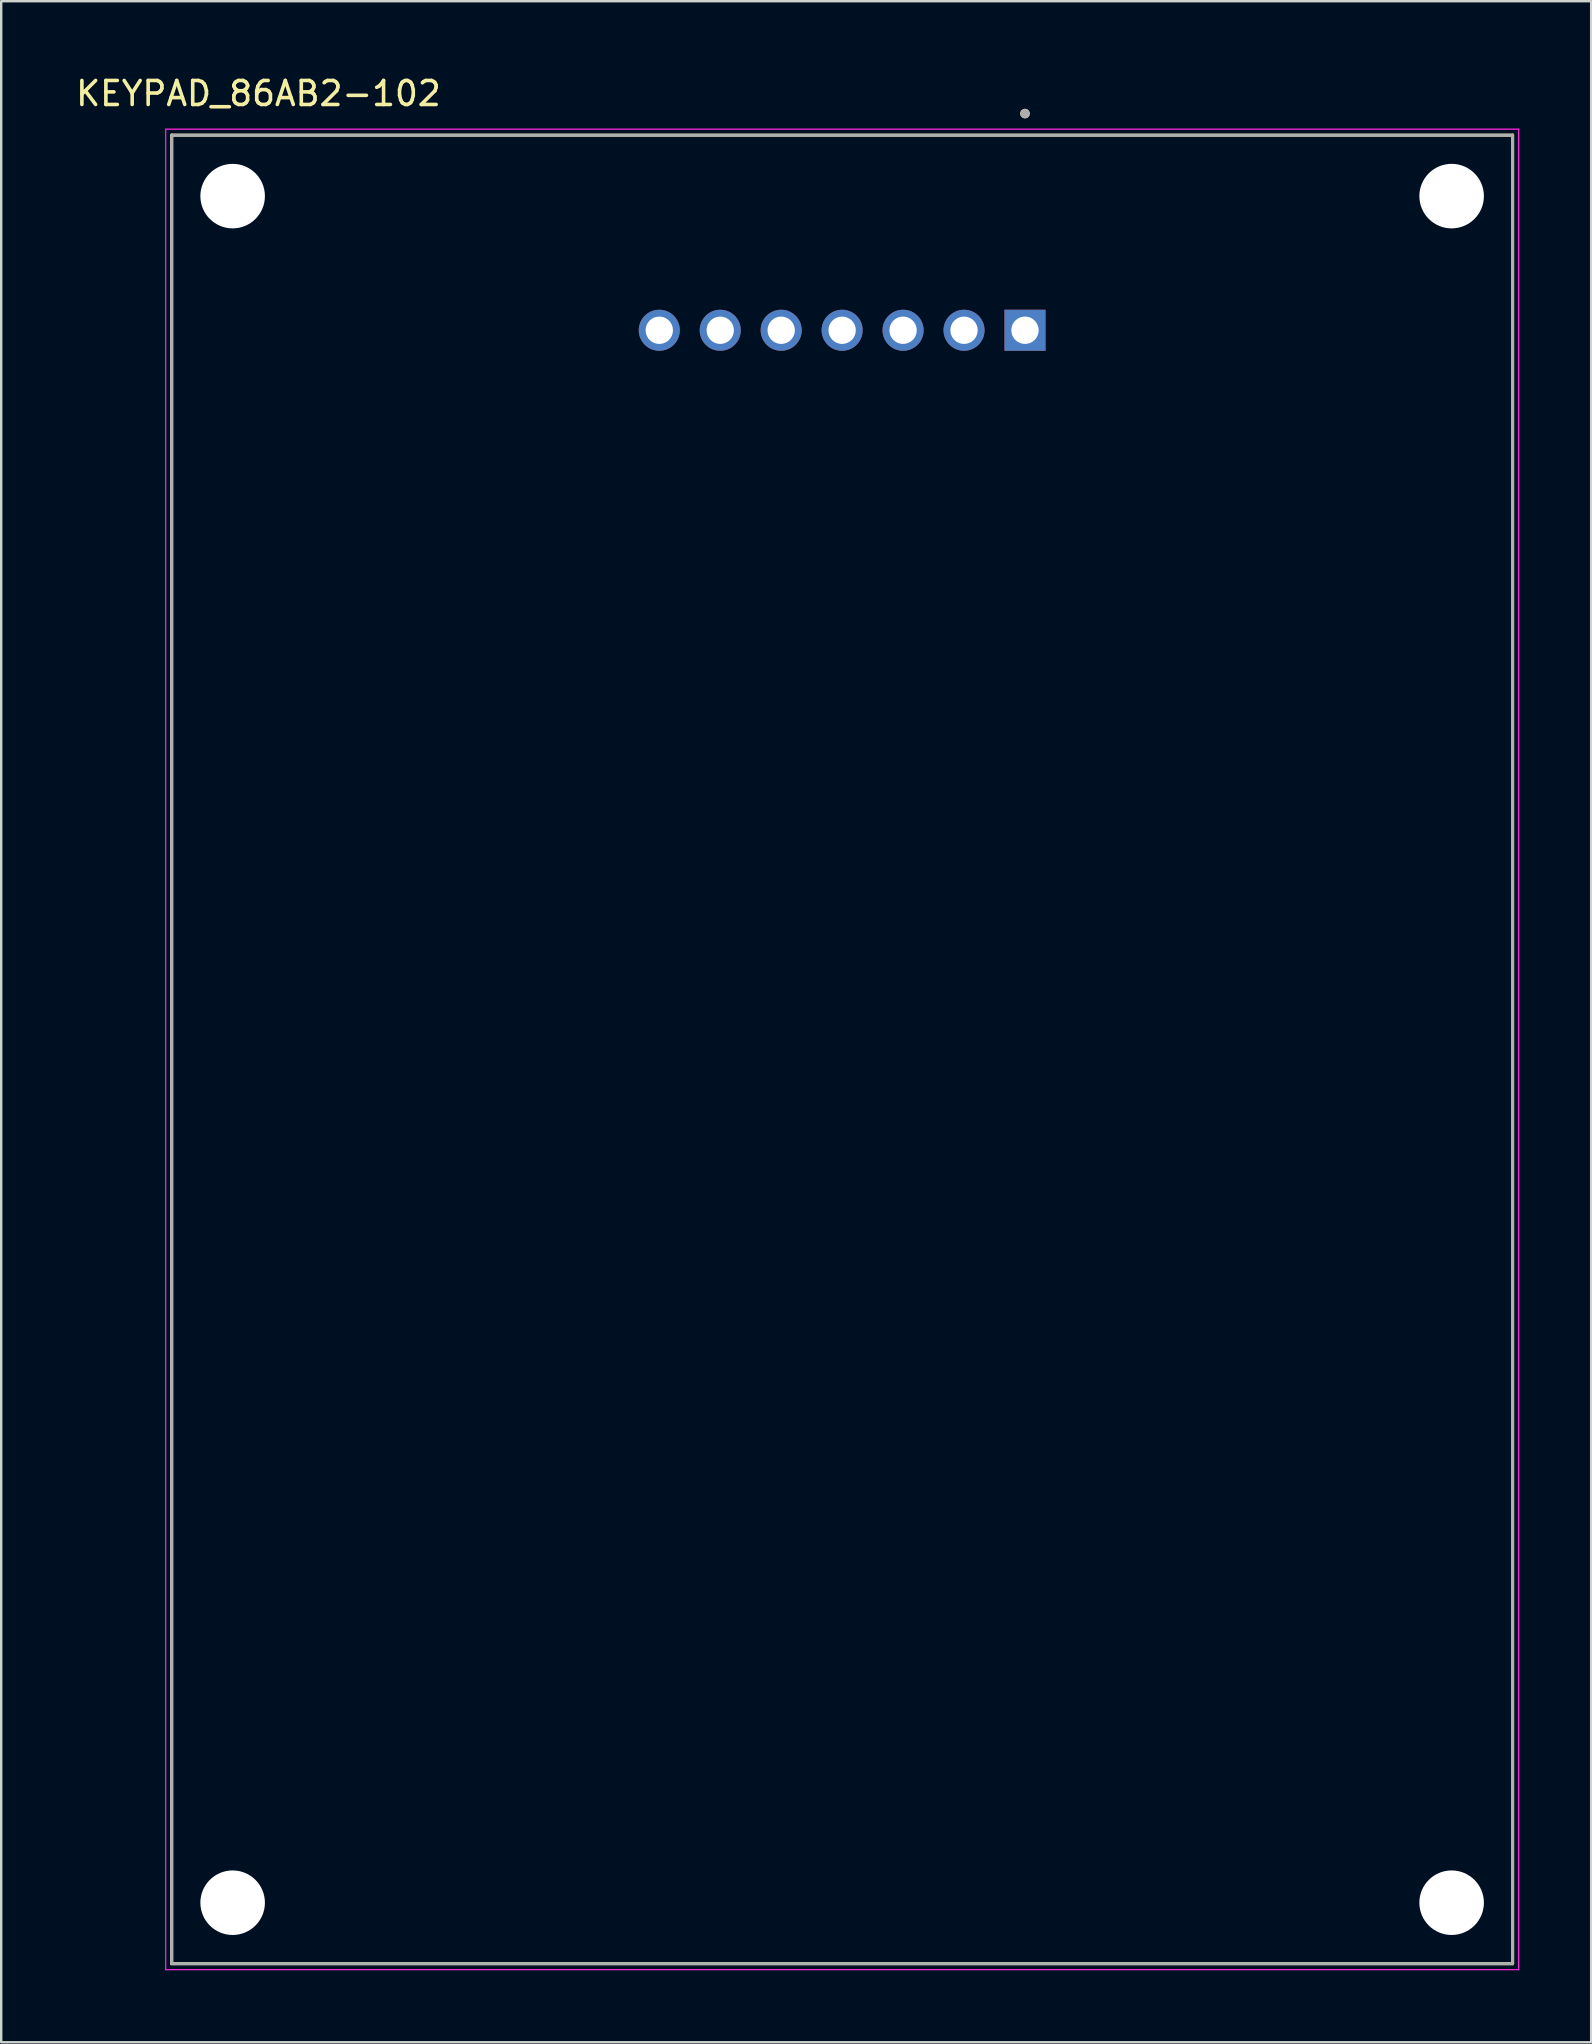
<source format=kicad_pcb>
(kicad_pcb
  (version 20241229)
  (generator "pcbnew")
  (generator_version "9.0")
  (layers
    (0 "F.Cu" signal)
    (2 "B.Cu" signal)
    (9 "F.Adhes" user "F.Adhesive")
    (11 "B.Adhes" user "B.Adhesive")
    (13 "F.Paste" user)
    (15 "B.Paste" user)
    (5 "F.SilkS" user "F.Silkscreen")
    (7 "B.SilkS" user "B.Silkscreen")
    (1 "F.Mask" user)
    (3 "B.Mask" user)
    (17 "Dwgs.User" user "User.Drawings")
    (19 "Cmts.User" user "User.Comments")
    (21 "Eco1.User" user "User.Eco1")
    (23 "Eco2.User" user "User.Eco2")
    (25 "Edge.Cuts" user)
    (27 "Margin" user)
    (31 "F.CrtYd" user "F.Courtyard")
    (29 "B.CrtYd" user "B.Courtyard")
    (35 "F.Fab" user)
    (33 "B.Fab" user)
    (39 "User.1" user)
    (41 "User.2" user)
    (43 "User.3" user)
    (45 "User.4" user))
  (footprint "KEYPAD_86AB2-102"
    (layer "F.Cu")
    (at 32.045 40.683)
    (property "Reference" "KEYPAD_86AB2-102" (at -24.325 -39.835 0) (layer "F.SilkS") (effects (font (size 1 1) (thickness 0.15))))
    (attr through_hole)
    (fp_line (start -27.94 -38.1) (end 27.94 -38.1) (stroke (width 0.127) (type solid)) (layer "F.SilkS"))
    (fp_line (start -27.94 38.1) (end -27.94 -38.1) (stroke (width 0.127) (type solid)) (layer "F.SilkS"))
    (fp_line (start 27.94 -38.1) (end 27.94 38.1) (stroke (width 0.127) (type solid)) (layer "F.SilkS"))
    (fp_line (start 27.94 38.1) (end -27.94 38.1) (stroke (width 0.127) (type solid)) (layer "F.SilkS"))
    (fp_circle (center 7.62 -39) (end 7.72 -39) (stroke (width 0.2) (type solid)) (fill no) (layer "F.SilkS"))
    (fp_line (start -28.19 -38.35) (end 28.19 -38.35) (stroke (width 0.05) (type solid)) (layer "F.CrtYd"))
    (fp_line (start -28.19 38.35) (end -28.19 -38.35) (stroke (width 0.05) (type solid)) (layer "F.CrtYd"))
    (fp_line (start 28.19 -38.35) (end 28.19 38.35) (stroke (width 0.05) (type solid)) (layer "F.CrtYd"))
    (fp_line (start 28.19 38.35) (end -28.19 38.35) (stroke (width 0.05) (type solid)) (layer "F.CrtYd"))
    (fp_line (start -27.94 -38.1) (end 27.94 -38.1) (stroke (width 0.127) (type solid)) (layer "F.Fab"))
    (fp_line (start -27.94 38.1) (end -27.94 -38.1) (stroke (width 0.127) (type solid)) (layer "F.Fab"))
    (fp_line (start 27.94 -38.1) (end 27.94 38.1) (stroke (width 0.127) (type solid)) (layer "F.Fab"))
    (fp_line (start 27.94 38.1) (end -27.94 38.1) (stroke (width 0.127) (type solid)) (layer "F.Fab"))
    (fp_circle (center 7.62 -39) (end 7.72 -39) (stroke (width 0.2) (type solid)) (fill no) (layer "F.Fab"))
    (pad "" np_thru_hole circle (at -25.4 -35.56) (size 2.69 2.69) (drill 2.69) (layers "*.Cu" "*.Mask"))
    (pad "" np_thru_hole circle (at -25.4 35.56) (size 2.69 2.69) (drill 2.69) (layers "*.Cu" "*.Mask"))
    (pad "" np_thru_hole circle (at 25.4 -35.56) (size 2.69 2.69) (drill 2.69) (layers "*.Cu" "*.Mask"))
    (pad "" np_thru_hole circle (at 25.4 35.56) (size 2.69 2.69) (drill 2.69) (layers "*.Cu" "*.Mask"))
    (pad "D" thru_hole rect (at 7.62 -29.97) (size 1.71 1.71) (drill 1.14) (layers "*.Cu" "*.Mask"))
    (pad "E" thru_hole circle (at 5.08 -29.97) (size 1.71 1.71) (drill 1.14) (layers "*.Cu" "*.Mask"))
    (pad "F" thru_hole circle (at 2.54 -29.97) (size 1.71 1.71) (drill 1.14) (layers "*.Cu" "*.Mask"))
    (pad "G" thru_hole circle (at 0 -29.97) (size 1.71 1.71) (drill 1.14) (layers "*.Cu" "*.Mask"))
    (pad "H" thru_hole circle (at -2.54 -29.97) (size 1.71 1.71) (drill 1.14) (layers "*.Cu" "*.Mask"))
    (pad "J" thru_hole circle (at -5.08 -29.97) (size 1.71 1.71) (drill 1.14) (layers "*.Cu" "*.Mask"))
    (pad "K" thru_hole circle (at -7.62 -29.97) (size 1.71 1.71) (drill 1.14) (layers "*.Cu" "*.Mask")))
  (gr_rect
    (start -3 -3)
    (end 63.26 82.058)
    (stroke (width 0.1) (type default))
    (fill no)
    (layer "Edge.Cuts")))
</source>
